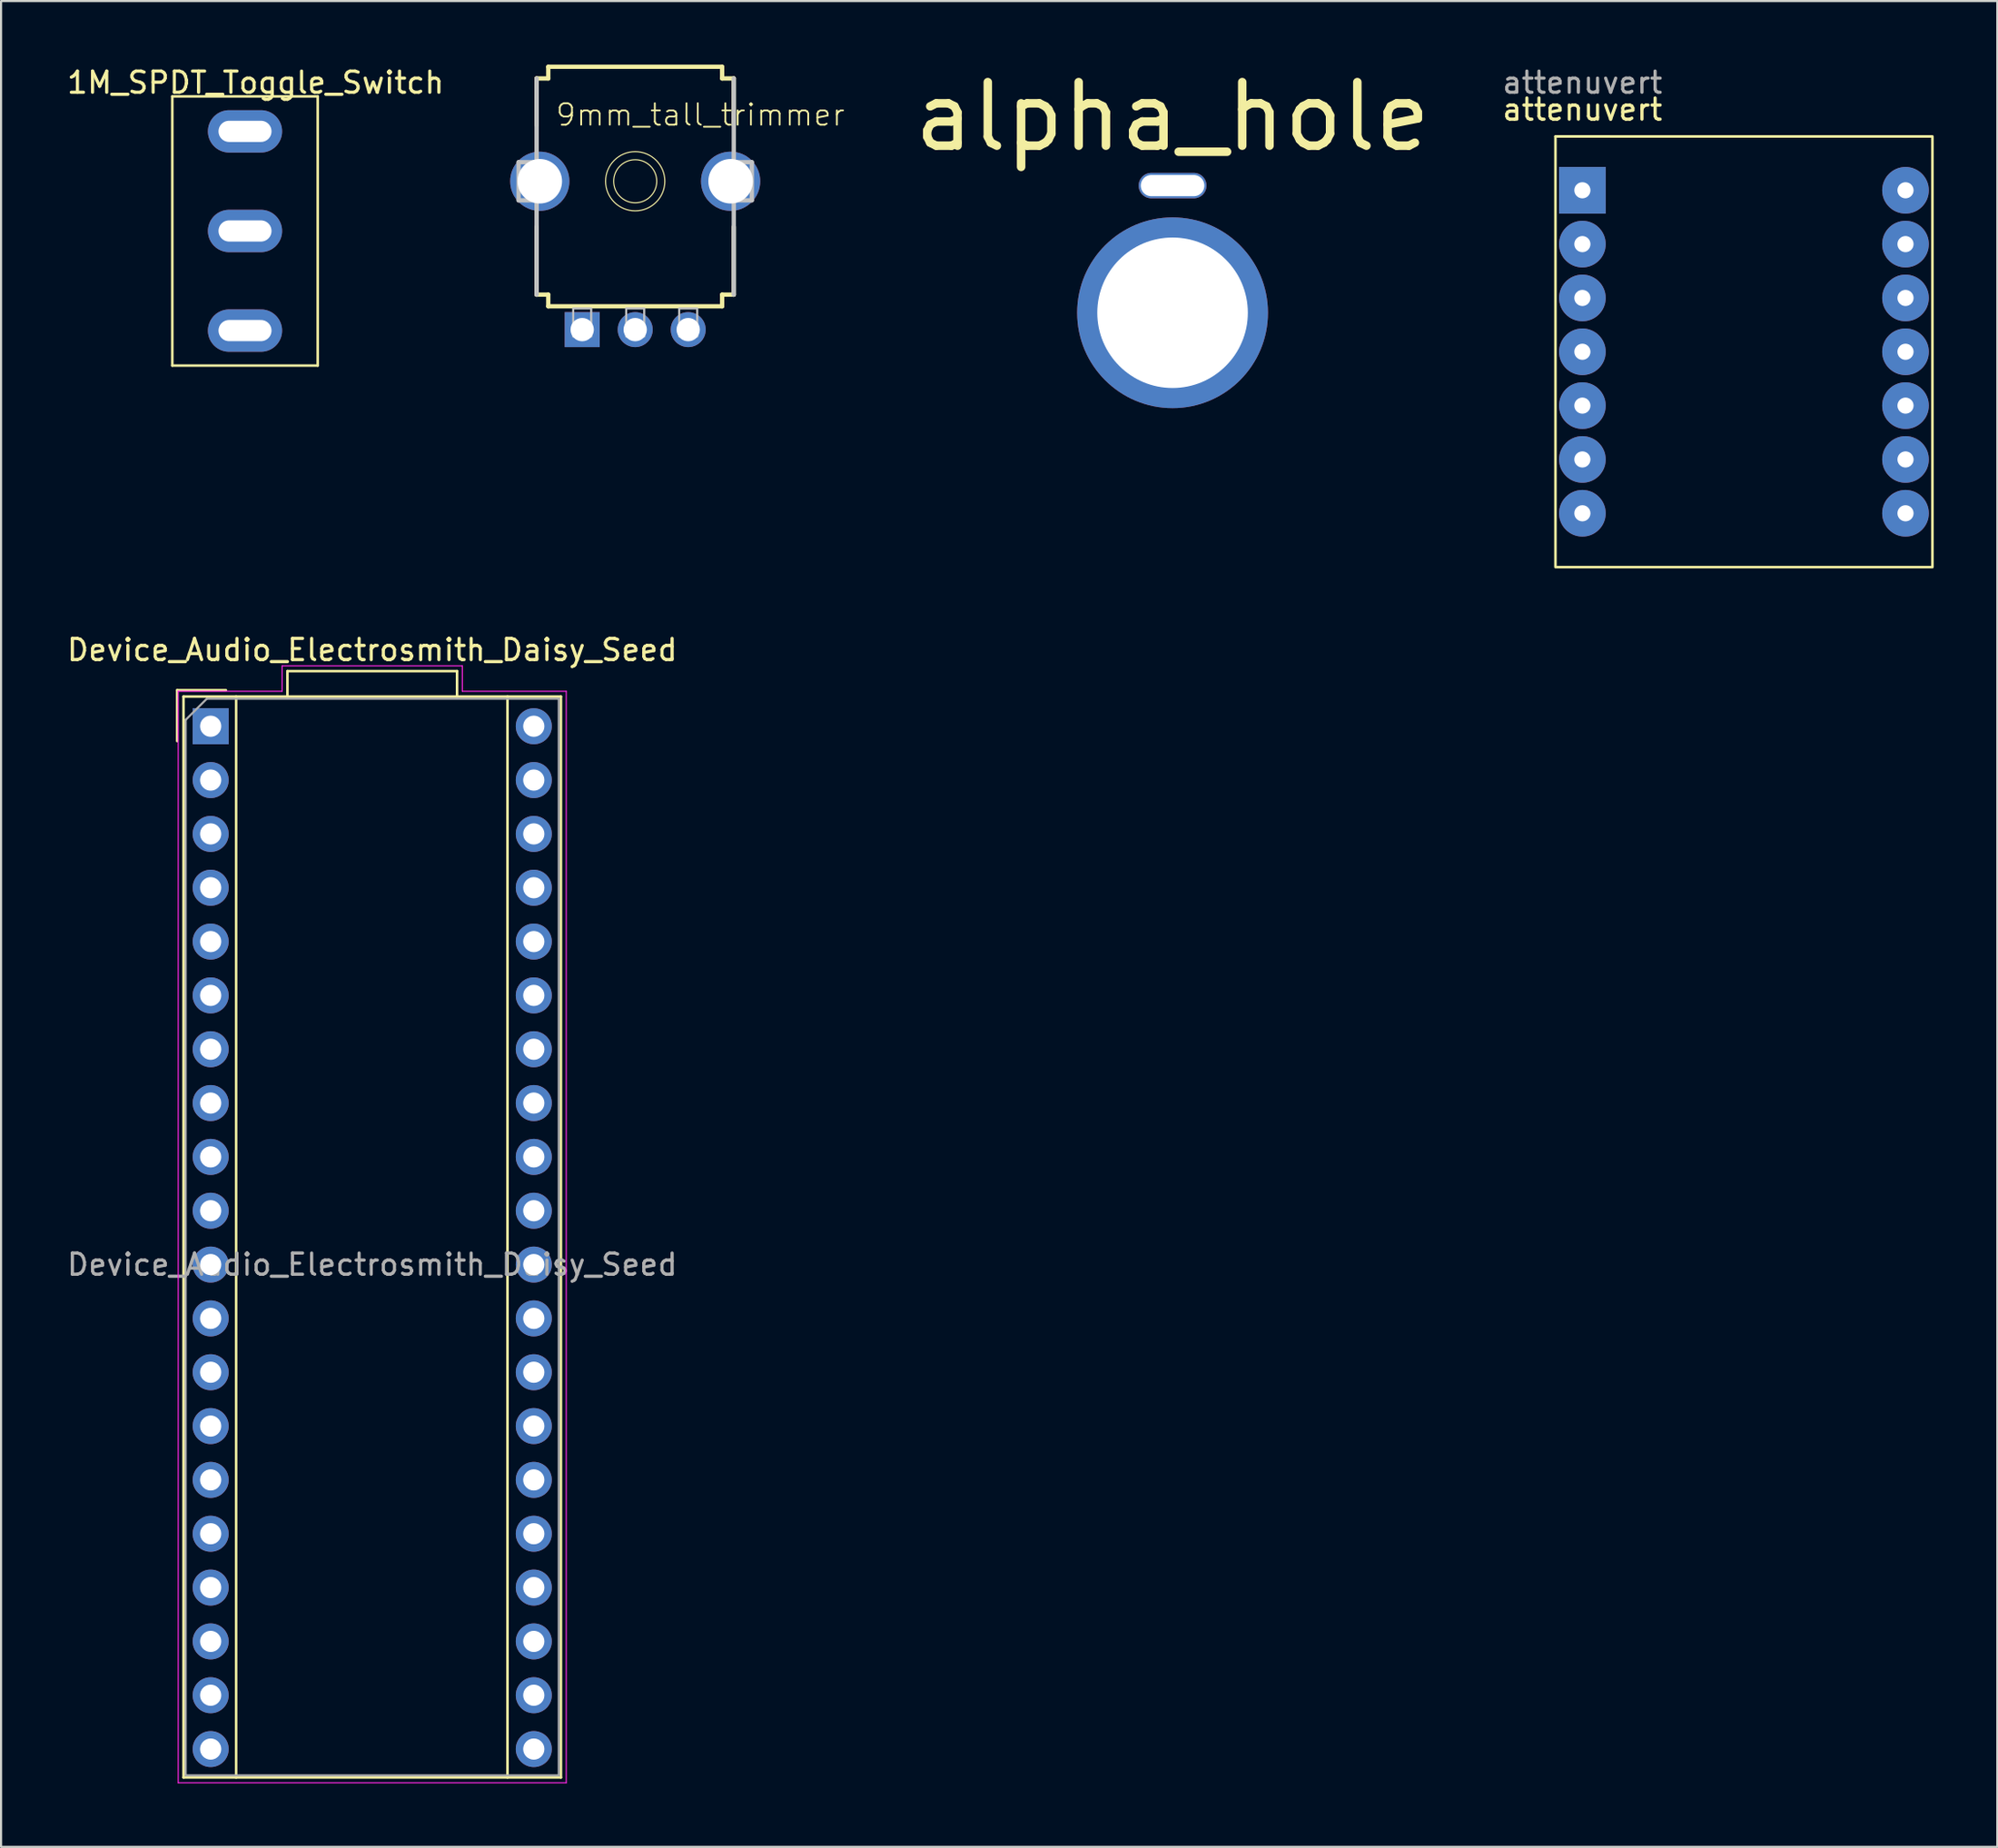
<source format=kicad_pcb>
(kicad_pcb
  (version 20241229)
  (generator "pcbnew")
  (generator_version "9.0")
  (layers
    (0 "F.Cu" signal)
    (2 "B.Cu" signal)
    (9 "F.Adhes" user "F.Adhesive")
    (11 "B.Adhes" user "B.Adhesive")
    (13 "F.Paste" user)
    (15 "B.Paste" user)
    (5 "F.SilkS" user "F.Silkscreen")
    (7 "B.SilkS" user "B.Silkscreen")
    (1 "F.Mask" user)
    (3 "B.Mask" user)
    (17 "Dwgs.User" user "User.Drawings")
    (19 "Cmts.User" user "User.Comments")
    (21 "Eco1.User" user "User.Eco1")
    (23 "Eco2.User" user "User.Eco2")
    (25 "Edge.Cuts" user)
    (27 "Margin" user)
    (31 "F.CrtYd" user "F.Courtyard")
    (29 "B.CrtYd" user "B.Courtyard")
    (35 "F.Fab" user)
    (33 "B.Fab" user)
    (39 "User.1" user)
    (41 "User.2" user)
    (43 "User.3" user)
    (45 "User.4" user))
  (footprint "alpha_hole"
    (layer "F.Cu")
    (at 52.253 11.707)
    (property "Reference" "alpha_hole" (at 0 -9.25 0) (layer "F.SilkS") (effects (font (size 3 3) (thickness 0.4))))
    (attr through_hole)
    (pad "" np_thru_hole circle (at 0 0) (size 9 9) (drill 7.1) (layers "*.Cu" "*.Mask"))
    (pad "2" thru_hole oval (at 0 -6) (size 3.2 1.2) (drill oval 3 1) (layers "*.Cu" "*.Mask")))
  (footprint "attenuvert"
    (layer "F.Cu")
    (at 71.582 5.928)
    (property "Reference" "attenuvert" (at 0 -3.81 0) (unlocked yes) (layer "F.SilkS") (effects (font (size 1 1) (thickness 0.15))))
    (fp_line (start -1.27 -2.54) (end 1.27 -2.54) (stroke (width 0.12) (type solid)) (layer "F.SilkS"))
    (fp_rect (start -1.27 -2.54) (end 16.51 17.78) (stroke (width 0.12) (type solid)) (fill no) (layer "F.SilkS"))
    (fp_text user "${REFERENCE}" (at 0 -5.08 0) (unlocked yes) (layer "F.Fab") (effects (font (size 1 1) (thickness 0.15))))
    (pad "1" thru_hole rect (at 0 0) (size 2.2 2.2) (drill 0.762) (layers "*.Cu" "*.Mask"))
    (pad "2" thru_hole circle (at 0 2.54) (size 2.2 2.2) (drill 0.762) (property pad_prop_testpoint) (layers "*.Cu" "*.Mask"))
    (pad "3" thru_hole circle (at 0 5.08) (size 2.2 2.2) (drill 0.762) (property pad_prop_testpoint) (layers "*.Cu" "*.Mask"))
    (pad "4" thru_hole circle (at 0 7.62) (size 2.2 2.2) (drill 0.762) (property pad_prop_testpoint) (layers "*.Cu" "*.Mask"))
    (pad "5" thru_hole circle (at 0 10.16) (size 2.2 2.2) (drill 0.762) (property pad_prop_testpoint) (layers "*.Cu" "*.Mask"))
    (pad "6" thru_hole circle (at 0 12.7) (size 2.2 2.2) (drill 0.762) (property pad_prop_testpoint) (layers "*.Cu" "*.Mask"))
    (pad "7" thru_hole circle (at 0 15.24) (size 2.2 2.2) (drill 0.762) (property pad_prop_testpoint) (layers "*.Cu" "*.Mask"))
    (pad "8" thru_hole circle (at 15.24 15.24) (size 2.2 2.2) (drill 0.762) (property pad_prop_testpoint) (layers "*.Cu" "*.Mask"))
    (pad "9" thru_hole circle (at 15.24 12.7) (size 2.2 2.2) (drill 0.762) (property pad_prop_testpoint) (layers "*.Cu" "*.Mask"))
    (pad "10" thru_hole circle (at 15.24 10.16) (size 2.2 2.2) (drill 0.762) (property pad_prop_testpoint) (layers "*.Cu" "*.Mask"))
    (pad "11" thru_hole circle (at 15.24 7.62) (size 2.2 2.2) (drill 0.762) (property pad_prop_testpoint) (layers "*.Cu" "*.Mask"))
    (pad "12" thru_hole circle (at 15.24 5.08) (size 2.2 2.2) (drill 0.762) (property pad_prop_testpoint) (layers "*.Cu" "*.Mask"))
    (pad "13" thru_hole circle (at 15.24 2.54) (size 2.2 2.2) (drill 0.762) (property pad_prop_testpoint) (layers "*.Cu" "*.Mask"))
    (pad "14" thru_hole circle (at 15.24 0) (size 2.2 2.2) (drill 0.762) (property pad_prop_testpoint) (layers "*.Cu" "*.Mask")))
  (footprint "Device_Audio_Electrosmith_Daisy_Seed"
    (layer "F.Cu")
    (at 6.886 31.216)
    (property "Reference" "Device_Audio_Electrosmith_Daisy_Seed" (at 7.62 -3.6 0) (layer "F.SilkS") (effects (font (size 1 1) (thickness 0.15))))
    (attr through_hole)
    (fp_line (start -1.58 -1.7) (end -1.58 0.7) (stroke (width 0.12) (type solid)) (layer "F.SilkS"))
    (fp_line (start -1.28 -1.4) (end 16.52 -1.4) (stroke (width 0.12) (type solid)) (layer "F.SilkS"))
    (fp_line (start -1.28 49.6) (end -1.28 -1.4) (stroke (width 0.12) (type solid)) (layer "F.SilkS"))
    (fp_line (start 0.72 -1.7) (end -1.58 -1.7) (stroke (width 0.12) (type solid)) (layer "F.SilkS"))
    (fp_line (start 1.2 -1.4) (end 1.2 49.6) (stroke (width 0.12) (type solid)) (layer "F.SilkS"))
    (fp_line (start 3.62 -2.6) (end 11.62 -2.6) (stroke (width 0.12) (type solid)) (layer "F.SilkS"))
    (fp_line (start 3.62 -1.4) (end 3.62 -2.6) (stroke (width 0.12) (type solid)) (layer "F.SilkS"))
    (fp_line (start 11.62 -2.6) (end 11.62 -1.4) (stroke (width 0.12) (type solid)) (layer "F.SilkS"))
    (fp_line (start 14 -1.4) (end 14 49.6) (stroke (width 0.12) (type solid)) (layer "F.SilkS"))
    (fp_line (start 16.52 -1.4) (end 16.52 49.6) (stroke (width 0.12) (type solid)) (layer "F.SilkS"))
    (fp_line (start 16.52 49.6) (end -1.28 49.6) (stroke (width 0.12) (type solid)) (layer "F.SilkS"))
    (fp_line (start -1.53 -1.65) (end 3.37 -1.65) (stroke (width 0.05) (type solid)) (layer "F.CrtYd"))
    (fp_line (start -1.53 49.85) (end -1.53 -1.65) (stroke (width 0.05) (type solid)) (layer "F.CrtYd"))
    (fp_line (start 3.37 -2.85) (end 11.87 -2.85) (stroke (width 0.05) (type solid)) (layer "F.CrtYd"))
    (fp_line (start 3.37 -1.65) (end 3.37 -2.85) (stroke (width 0.05) (type solid)) (layer "F.CrtYd"))
    (fp_line (start 11.87 -2.85) (end 11.87 -1.65) (stroke (width 0.05) (type solid)) (layer "F.CrtYd"))
    (fp_line (start 11.87 -1.65) (end 16.77 -1.65) (stroke (width 0.05) (type solid)) (layer "F.CrtYd"))
    (fp_line (start 16.77 -1.65) (end 16.77 49.85) (stroke (width 0.05) (type solid)) (layer "F.CrtYd"))
    (fp_line (start 16.77 49.85) (end -1.53 49.85) (stroke (width 0.05) (type solid)) (layer "F.CrtYd"))
    (fp_line (start -1.18 -0.3) (end -1.18 49.5) (stroke (width 0.1) (type solid)) (layer "F.Fab"))
    (fp_line (start -1.18 49.5) (end 16.42 49.5) (stroke (width 0.1) (type solid)) (layer "F.Fab"))
    (fp_line (start -0.18 -1.3) (end -1.18 -0.3) (stroke (width 0.1) (type solid)) (layer "F.Fab"))
    (fp_line (start 16.42 -1.3) (end -0.18 -1.3) (stroke (width 0.1) (type solid)) (layer "F.Fab"))
    (fp_line (start 16.42 49.5) (end 16.42 -1.3) (stroke (width 0.1) (type solid)) (layer "F.Fab"))
    (fp_text user "${REFERENCE}" (at 7.62 25.4 0) (layer "F.Fab") (effects (font (size 1 1) (thickness 0.15))))
    (pad "1" thru_hole rect (at 0 0) (size 1.7 1.7) (drill 1) (layers "*.Cu" "*.Mask"))
    (pad "2" thru_hole circle (at 0 2.54) (size 1.7 1.7) (drill 1) (layers "*.Cu" "*.Mask"))
    (pad "3" thru_hole circle (at 0 5.08) (size 1.7 1.7) (drill 1) (layers "*.Cu" "*.Mask"))
    (pad "4" thru_hole circle (at 0 7.62) (size 1.7 1.7) (drill 1) (layers "*.Cu" "*.Mask"))
    (pad "5" thru_hole circle (at 0 10.16) (size 1.7 1.7) (drill 1) (layers "*.Cu" "*.Mask"))
    (pad "6" thru_hole circle (at 0 12.7) (size 1.7 1.7) (drill 1) (layers "*.Cu" "*.Mask"))
    (pad "7" thru_hole circle (at 0 15.24) (size 1.7 1.7) (drill 1) (layers "*.Cu" "*.Mask"))
    (pad "8" thru_hole circle (at 0 17.78) (size 1.7 1.7) (drill 1) (layers "*.Cu" "*.Mask"))
    (pad "9" thru_hole circle (at 0 20.32) (size 1.7 1.7) (drill 1) (layers "*.Cu" "*.Mask"))
    (pad "10" thru_hole circle (at 0 22.86) (size 1.7 1.7) (drill 1) (layers "*.Cu" "*.Mask"))
    (pad "11" thru_hole circle (at 0 25.4) (size 1.7 1.7) (drill 1) (layers "*.Cu" "*.Mask"))
    (pad "12" thru_hole circle (at 0 27.94) (size 1.7 1.7) (drill 1) (layers "*.Cu" "*.Mask"))
    (pad "13" thru_hole circle (at 0 30.48) (size 1.7 1.7) (drill 1) (layers "*.Cu" "*.Mask"))
    (pad "14" thru_hole circle (at 0 33.02) (size 1.7 1.7) (drill 1) (layers "*.Cu" "*.Mask"))
    (pad "15" thru_hole circle (at 0 35.56) (size 1.7 1.7) (drill 1) (layers "*.Cu" "*.Mask"))
    (pad "16" thru_hole circle (at 0 38.1) (size 1.7 1.7) (drill 1) (layers "*.Cu" "*.Mask"))
    (pad "17" thru_hole circle (at 0 40.64) (size 1.7 1.7) (drill 1) (layers "*.Cu" "*.Mask"))
    (pad "18" thru_hole circle (at 0 43.18) (size 1.7 1.7) (drill 1) (layers "*.Cu" "*.Mask"))
    (pad "19" thru_hole circle (at 0 45.72) (size 1.7 1.7) (drill 1) (layers "*.Cu" "*.Mask"))
    (pad "20" thru_hole circle (at 0 48.26) (size 1.7 1.7) (drill 1) (layers "*.Cu" "*.Mask"))
    (pad "21" thru_hole circle (at 15.24 48.26) (size 1.7 1.7) (drill 1) (layers "*.Cu" "*.Mask"))
    (pad "22" thru_hole circle (at 15.24 45.72) (size 1.7 1.7) (drill 1) (layers "*.Cu" "*.Mask"))
    (pad "23" thru_hole circle (at 15.24 43.18) (size 1.7 1.7) (drill 1) (layers "*.Cu" "*.Mask"))
    (pad "24" thru_hole circle (at 15.24 40.64) (size 1.7 1.7) (drill 1) (layers "*.Cu" "*.Mask"))
    (pad "25" thru_hole circle (at 15.24 38.1) (size 1.7 1.7) (drill 1) (layers "*.Cu" "*.Mask"))
    (pad "26" thru_hole circle (at 15.24 35.56) (size 1.7 1.7) (drill 1) (layers "*.Cu" "*.Mask"))
    (pad "27" thru_hole circle (at 15.24 33.02) (size 1.7 1.7) (drill 1) (layers "*.Cu" "*.Mask"))
    (pad "28" thru_hole circle (at 15.24 30.48) (size 1.7 1.7) (drill 1) (layers "*.Cu" "*.Mask"))
    (pad "29" thru_hole circle (at 15.24 27.94) (size 1.7 1.7) (drill 1) (layers "*.Cu" "*.Mask"))
    (pad "30" thru_hole circle (at 15.24 25.4) (size 1.7 1.7) (drill 1) (layers "*.Cu" "*.Mask"))
    (pad "31" thru_hole circle (at 15.24 22.86) (size 1.7 1.7) (drill 1) (layers "*.Cu" "*.Mask"))
    (pad "32" thru_hole circle (at 15.24 20.32) (size 1.7 1.7) (drill 1) (layers "*.Cu" "*.Mask"))
    (pad "33" thru_hole circle (at 15.24 17.78) (size 1.7 1.7) (drill 1) (layers "*.Cu" "*.Mask"))
    (pad "34" thru_hole circle (at 15.24 15.24) (size 1.7 1.7) (drill 1) (layers "*.Cu" "*.Mask"))
    (pad "35" thru_hole circle (at 15.24 12.7) (size 1.7 1.7) (drill 1) (layers "*.Cu" "*.Mask"))
    (pad "36" thru_hole circle (at 15.24 10.16) (size 1.7 1.7) (drill 1) (layers "*.Cu" "*.Mask"))
    (pad "37" thru_hole circle (at 15.24 7.62) (size 1.7 1.7) (drill 1) (layers "*.Cu" "*.Mask"))
    (pad "38" thru_hole circle (at 15.24 5.08) (size 1.7 1.7) (drill 1) (layers "*.Cu" "*.Mask"))
    (pad "39" thru_hole circle (at 15.24 2.54) (size 1.7 1.7) (drill 1) (layers "*.Cu" "*.Mask"))
    (pad "40" thru_hole circle (at 15.24 0) (size 1.7 1.7) (drill 1) (layers "*.Cu" "*.Mask")))
  (footprint "1M_SPDT_Toggle_Switch"
    (layer "F.Cu")
    (at 8.506 7.848)
    (property "Reference" "1M_SPDT_Toggle_Switch" (at 0.5 -7 0) (unlocked yes) (layer "F.SilkS") (effects (font (size 1 1) (thickness 0.15))))
    (attr through_hole)
    (fp_line (start -3.43 -6.35) (end 3.43 -6.35) (stroke (width 0.12) (type solid)) (layer "F.SilkS"))
    (fp_line (start -3.43 6.35) (end -3.43 -6.35) (stroke (width 0.12) (type solid)) (layer "F.SilkS"))
    (fp_line (start 3.43 -6.35) (end 3.43 6.35) (stroke (width 0.12) (type solid)) (layer "F.SilkS"))
    (fp_line (start 3.43 6.35) (end -3.43 6.35) (stroke (width 0.12) (type solid)) (layer "F.SilkS"))
    (pad "1" thru_hole oval (at 0 -4.7) (size 3.5 2) (drill oval 2.5 1) (layers "*.Cu" "*.Mask"))
    (pad "2" thru_hole oval (at 0 0) (size 3.5 2) (drill oval 2.5 1) (layers "*.Cu" "*.Mask"))
    (pad "3" thru_hole oval (at 0 4.7) (size 3.5 2) (drill oval 2.5 1) (layers "*.Cu" "*.Mask")))
  (footprint "9mm_tall_trimmer"
    (layer "F.Cu")
    (at 26.909 5.502)
    (property "Reference" "9mm_tall_trimmer" (at -3.81 -2.54 0) (layer "F.SilkS") (effects (font (size 1.013 1.013) (thickness 0.085)) (justify left bottom)))
    (attr through_hole)
    (fp_line (start -4.65 -2.65) (end -4.65 -4.85) (stroke (width 0.203) (type solid)) (layer "F.SilkS"))
    (fp_line (start -4.65 5.35) (end -4.65 2.15) (stroke (width 0.203) (type solid)) (layer "F.SilkS"))
    (fp_line (start -4.65 5.35) (end -4.1 5.35) (stroke (width 0.203) (type solid)) (layer "F.SilkS"))
    (fp_line (start -4.1 -5.4) (end -4.1 -4.85) (stroke (width 0.203) (type solid)) (layer "F.SilkS"))
    (fp_line (start -4.1 -5.4) (end 4.1 -5.4) (stroke (width 0.203) (type solid)) (layer "F.SilkS"))
    (fp_line (start -4.1 -4.85) (end -4.65 -4.85) (stroke (width 0.203) (type solid)) (layer "F.SilkS"))
    (fp_line (start -4.1 5.35) (end -4.1 5.9) (stroke (width 0.203) (type solid)) (layer "F.SilkS"))
    (fp_line (start 4.1 -4.85) (end 4.1 -5.4) (stroke (width 0.203) (type solid)) (layer "F.SilkS"))
    (fp_line (start 4.1 5.35) (end 4.65 5.35) (stroke (width 0.203) (type solid)) (layer "F.SilkS"))
    (fp_line (start 4.1 5.9) (end -4.1 5.9) (stroke (width 0.203) (type solid)) (layer "F.SilkS"))
    (fp_line (start 4.1 5.9) (end 4.1 5.35) (stroke (width 0.203) (type solid)) (layer "F.SilkS"))
    (fp_line (start 4.65 -4.85) (end 4.1 -4.85) (stroke (width 0.203) (type solid)) (layer "F.SilkS"))
    (fp_line (start 4.65 -4.85) (end 4.65 -2.65) (stroke (width 0.203) (type solid)) (layer "F.SilkS"))
    (fp_line (start 4.65 2.15) (end 4.65 5.35) (stroke (width 0.203) (type solid)) (layer "F.SilkS"))
    (fp_circle (center 0 0) (end 1.016 0) (stroke (width 0.051) (type solid)) (fill no) (layer "F.SilkS"))
    (fp_circle (center 0 0) (end 1.397 0) (stroke (width 0.051) (type solid)) (fill no) (layer "F.SilkS"))
    (fp_line (start -5.5 -0.9) (end -5.5 0.9) (stroke (width 0.203) (type solid)) (layer "Dwgs.User"))
    (fp_line (start -5.5 0.9) (end -4.75 0.9) (stroke (width 0.203) (type solid)) (layer "Dwgs.User"))
    (fp_line (start -4.75 -0.9) (end -5.5 -0.9) (stroke (width 0.203) (type solid)) (layer "Dwgs.User"))
    (fp_line (start -4.65 5.35) (end -4.65 -4.85) (stroke (width 0.203) (type solid)) (layer "Dwgs.User"))
    (fp_line (start 4.65 -4.85) (end 4.65 5.35) (stroke (width 0.203) (type solid)) (layer "Dwgs.User"))
    (fp_line (start 4.75 0.9) (end 5.5 0.9) (stroke (width 0.203) (type solid)) (layer "Dwgs.User"))
    (fp_line (start 5.5 -0.9) (end 4.75 -0.9) (stroke (width 0.203) (type solid)) (layer "Dwgs.User"))
    (fp_line (start 5.5 0.9) (end 5.5 -0.9) (stroke (width 0.203) (type solid)) (layer "Dwgs.User"))
    (fp_poly (pts (xy -2.925 7.325) (xy -2.075 7.325) (xy -2.075 6) (xy -2.925 6)) (stroke (width 0.1) (type solid)) (fill no) (layer "Dwgs.User"))
    (fp_poly (pts (xy -0.425 7.325) (xy 0.425 7.325) (xy 0.425 6) (xy -0.425 6)) (stroke (width 0.1) (type solid)) (fill no) (layer "Dwgs.User"))
    (fp_poly (pts (xy 2.075 7.325) (xy 2.925 7.325) (xy 2.925 6) (xy 2.075 6)) (stroke (width 0.1) (type solid)) (fill no) (layer "Dwgs.User"))
    (pad "1" thru_hole rect (at -2.5 7 270) (size 1.65 1.65) (drill 1.1) (layers "*.Cu" "*.Mask"))
    (pad "2" thru_hole circle (at 0 7 270) (size 1.65 1.65) (drill 1.1) (layers "*.Cu" "*.Mask"))
    (pad "3" thru_hole circle (at 2.5 7 270) (size 1.65 1.65) (drill 1.1) (layers "*.Cu" "*.Mask"))
    (pad "4" thru_hole circle (at -4.5 0 270) (size 2.794 2.794) (drill 2.1) (layers "*.Cu" "*.Mask"))
    (pad "4" thru_hole circle (at 4.5 0 270) (size 2.794 2.794) (drill 2.1) (layers "*.Cu" "*.Mask")))
  (gr_rect
    (start -3 -3)
    (end 91.152 84.091)
    (stroke (width 0.1) (type default))
    (fill no)
    (layer "Edge.Cuts")))
</source>
